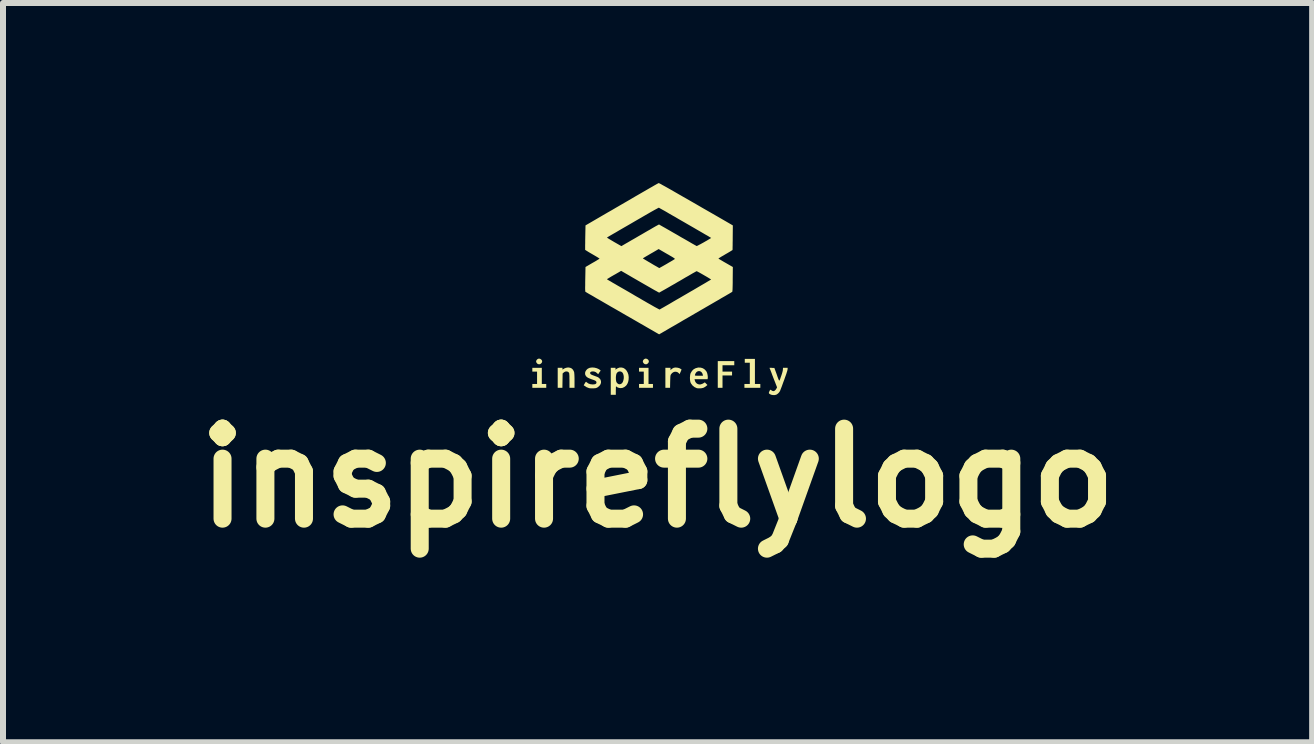
<source format=kicad_pcb>
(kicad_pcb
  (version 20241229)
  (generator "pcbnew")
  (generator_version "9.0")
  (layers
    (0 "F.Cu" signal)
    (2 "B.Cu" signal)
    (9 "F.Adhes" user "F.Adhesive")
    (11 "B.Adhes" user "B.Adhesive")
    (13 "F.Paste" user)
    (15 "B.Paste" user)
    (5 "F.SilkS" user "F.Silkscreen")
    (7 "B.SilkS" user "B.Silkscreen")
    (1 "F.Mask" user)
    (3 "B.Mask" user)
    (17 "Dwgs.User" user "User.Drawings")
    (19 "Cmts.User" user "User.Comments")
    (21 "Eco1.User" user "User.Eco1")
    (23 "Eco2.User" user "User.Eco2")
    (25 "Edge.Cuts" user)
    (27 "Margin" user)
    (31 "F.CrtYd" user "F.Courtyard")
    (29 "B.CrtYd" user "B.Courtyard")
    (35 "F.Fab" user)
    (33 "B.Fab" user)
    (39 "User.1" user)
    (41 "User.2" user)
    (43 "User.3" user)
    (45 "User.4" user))
  (footprint "inspireflylogo"
    (layer "F.Cu")
    (at 7.931 1.708)
    (property "Reference" "inspireflylogo" (at -0.023 3.206 0) (layer "F.SilkS") (effects (font (size 1.5 1.5) (thickness 0.3))))
    (attr board_only exclude_from_pos_files exclude_from_bom)
    (fp_poly (pts (xy -1.212 1.595) (xy -1.214 1.598) (xy -1.217 1.595) (xy -1.214 1.593)) (stroke (width 0) (type solid)) (fill yes) (layer "F.SilkS"))
    (fp_poly (pts (xy -1.978 1.222) (xy -1.961 1.234) (xy -1.95 1.25) (xy -1.947 1.265) (xy -1.952 1.283) (xy -1.965 1.299) (xy -1.983 1.31) (xy -1.998 1.312) (xy -2.015 1.309) (xy -2.031 1.299) (xy -2.032 1.297) (xy -2.045 1.279) (xy -2.048 1.265) (xy -2.043 1.246) (xy -2.03 1.23) (xy -2.013 1.22) (xy -1.998 1.217)) (stroke (width 0) (type solid)) (fill yes) (layer "F.SilkS"))
    (fp_poly (pts (xy -0.2 1.222) (xy -0.183 1.234) (xy -0.172 1.25) (xy -0.169 1.265) (xy -0.174 1.283) (xy -0.187 1.299) (xy -0.205 1.31) (xy -0.22 1.312) (xy -0.237 1.309) (xy -0.253 1.299) (xy -0.254 1.297) (xy -0.267 1.279) (xy -0.27 1.265) (xy -0.265 1.246) (xy -0.252 1.23) (xy -0.235 1.22) (xy -0.22 1.217)) (stroke (width 0) (type solid)) (fill yes) (layer "F.SilkS"))
    (fp_poly (pts (xy -1.953 1.505) (xy -1.953 1.64) (xy -1.916 1.64) (xy -1.879 1.64) (xy -1.879 1.672) (xy -1.879 1.704) (xy -1.995 1.704) (xy -2.111 1.704) (xy -2.111 1.672) (xy -2.111 1.64) (xy -2.072 1.64) (xy -2.032 1.64) (xy -2.032 1.537) (xy -2.032 1.434) (xy -2.072 1.434) (xy -2.111 1.434) (xy -2.111 1.402) (xy -2.111 1.371) (xy -2.032 1.371) (xy -1.953 1.371)) (stroke (width 0) (type solid)) (fill yes) (layer "F.SilkS"))
    (fp_poly (pts (xy -0.175 1.505) (xy -0.175 1.64) (xy -0.138 1.64) (xy -0.101 1.64) (xy -0.101 1.672) (xy -0.101 1.704) (xy -0.217 1.704) (xy -0.333 1.704) (xy -0.333 1.672) (xy -0.333 1.64) (xy -0.294 1.64) (xy -0.254 1.64) (xy -0.254 1.537) (xy -0.254 1.434) (xy -0.294 1.434) (xy -0.333 1.434) (xy -0.333 1.402) (xy -0.333 1.371) (xy -0.254 1.371) (xy -0.175 1.371)) (stroke (width 0) (type solid)) (fill yes) (layer "F.SilkS"))
    (fp_poly (pts (xy 1.254 1.294) (xy 1.254 1.328) (xy 1.156 1.328) (xy 1.058 1.328) (xy 1.058 1.381) (xy 1.058 1.434) (xy 1.138 1.434) (xy 1.217 1.434) (xy 1.217 1.466) (xy 1.217 1.498) (xy 1.138 1.498) (xy 1.058 1.498) (xy 1.058 1.601) (xy 1.058 1.704) (xy 1.019 1.704) (xy 0.979 1.704) (xy 0.979 1.482) (xy 0.979 1.259) (xy 1.117 1.259) (xy 1.254 1.259)) (stroke (width 0) (type solid)) (fill yes) (layer "F.SilkS"))
    (fp_poly (pts (xy 1.598 1.431) (xy 1.598 1.64) (xy 1.643 1.64) (xy 1.688 1.64) (xy 1.688 1.672) (xy 1.688 1.704) (xy 1.556 1.704) (xy 1.423 1.704) (xy 1.423 1.672) (xy 1.423 1.64) (xy 1.468 1.64) (xy 1.513 1.64) (xy 1.513 1.463) (xy 1.513 1.286) (xy 1.471 1.286) (xy 1.429 1.286) (xy 1.429 1.254) (xy 1.429 1.222) (xy 1.513 1.222) (xy 1.598 1.222)) (stroke (width 0) (type solid)) (fill yes) (layer "F.SilkS"))
    (fp_poly (pts (xy 0.304 1.368) (xy 0.334 1.375) (xy 0.352 1.383) (xy 0.365 1.392) (xy 0.374 1.398) (xy 0.376 1.4) (xy 0.374 1.405) (xy 0.368 1.418) (xy 0.361 1.436) (xy 0.359 1.44) (xy 0.342 1.477) (xy 0.33 1.461) (xy 0.311 1.445) (xy 0.288 1.437) (xy 0.263 1.436) (xy 0.239 1.444) (xy 0.217 1.459) (xy 0.199 1.481) (xy 0.197 1.484) (xy 0.194 1.491) (xy 0.191 1.502) (xy 0.189 1.518) (xy 0.188 1.539) (xy 0.187 1.568) (xy 0.186 1.602) (xy 0.184 1.704) (xy 0.145 1.704) (xy 0.106 1.704) (xy 0.106 1.537) (xy 0.106 1.371) (xy 0.148 1.371) (xy 0.191 1.371) (xy 0.191 1.39) (xy 0.191 1.409) (xy 0.209 1.393) (xy 0.225 1.381) (xy 0.243 1.372) (xy 0.246 1.37) (xy 0.273 1.366)) (stroke (width 0) (type solid)) (fill yes) (layer "F.SilkS"))
    (fp_poly (pts (xy -1.481 1.37) (xy -1.453 1.383) (xy -1.432 1.405) (xy -1.417 1.435) (xy -1.413 1.45) (xy -1.412 1.464) (xy -1.41 1.486) (xy -1.409 1.514) (xy -1.408 1.547) (xy -1.408 1.582) (xy -1.408 1.59) (xy -1.408 1.704) (xy -1.45 1.704) (xy -1.492 1.704) (xy -1.492 1.586) (xy -1.493 1.542) (xy -1.493 1.508) (xy -1.495 1.483) (xy -1.496 1.466) (xy -1.499 1.456) (xy -1.499 1.455) (xy -1.512 1.44) (xy -1.531 1.432) (xy -1.552 1.431) (xy -1.574 1.439) (xy -1.589 1.45) (xy -1.606 1.465) (xy -1.608 1.584) (xy -1.61 1.704) (xy -1.649 1.704) (xy -1.688 1.704) (xy -1.688 1.537) (xy -1.688 1.371) (xy -1.648 1.371) (xy -1.609 1.371) (xy -1.609 1.387) (xy -1.608 1.398) (xy -1.605 1.4) (xy -1.599 1.395) (xy -1.578 1.382) (xy -1.551 1.371) (xy -1.523 1.366) (xy -1.513 1.365)) (stroke (width 0) (type solid)) (fill yes) (layer "F.SilkS"))
    (fp_poly (pts (xy -0.594 1.373) (xy -0.565 1.391) (xy -0.541 1.417) (xy -0.523 1.449) (xy -0.51 1.486) (xy -0.505 1.527) (xy -0.507 1.569) (xy -0.507 1.57) (xy -0.514 1.604) (xy -0.524 1.63) (xy -0.537 1.653) (xy -0.549 1.668) (xy -0.577 1.691) (xy -0.608 1.705) (xy -0.639 1.709) (xy -0.663 1.706) (xy -0.686 1.699) (xy -0.705 1.689) (xy -0.714 1.679) (xy -0.716 1.678) (xy -0.718 1.686) (xy -0.719 1.703) (xy -0.719 1.729) (xy -0.72 1.745) (xy -0.72 1.82) (xy -0.762 1.82) (xy -0.804 1.82) (xy -0.804 1.595) (xy -0.804 1.531) (xy -0.719 1.531) (xy -0.718 1.569) (xy -0.713 1.599) (xy -0.702 1.621) (xy -0.686 1.635) (xy -0.686 1.636) (xy -0.669 1.644) (xy -0.654 1.645) (xy -0.636 1.64) (xy -0.632 1.638) (xy -0.616 1.626) (xy -0.603 1.606) (xy -0.594 1.58) (xy -0.588 1.551) (xy -0.587 1.521) (xy -0.591 1.492) (xy -0.599 1.467) (xy -0.611 1.448) (xy -0.63 1.435) (xy -0.651 1.43) (xy -0.673 1.434) (xy -0.692 1.445) (xy -0.707 1.464) (xy -0.707 1.465) (xy -0.714 1.486) (xy -0.718 1.517) (xy -0.719 1.531) (xy -0.804 1.531) (xy -0.804 1.371) (xy -0.765 1.371) (xy -0.725 1.371) (xy -0.725 1.387) (xy -0.725 1.404) (xy -0.713 1.393) (xy -0.686 1.376) (xy -0.655 1.366) (xy -0.623 1.366)) (stroke (width 0) (type solid)) (fill yes) (layer "F.SilkS"))
    (fp_poly (pts (xy 0.697 1.368) (xy 0.732 1.379) (xy 0.762 1.399) (xy 0.786 1.426) (xy 0.794 1.439) (xy 0.802 1.459) (xy 0.808 1.484) (xy 0.812 1.51) (xy 0.813 1.533) (xy 0.812 1.543) (xy 0.809 1.561) (xy 0.7 1.561) (xy 0.592 1.561) (xy 0.595 1.576) (xy 0.606 1.606) (xy 0.624 1.628) (xy 0.641 1.639) (xy 0.667 1.648) (xy 0.695 1.647) (xy 0.725 1.636) (xy 0.738 1.629) (xy 0.764 1.613) (xy 0.785 1.635) (xy 0.807 1.657) (xy 0.788 1.673) (xy 0.762 1.692) (xy 0.737 1.705) (xy 0.708 1.711) (xy 0.685 1.713) (xy 0.663 1.713) (xy 0.644 1.712) (xy 0.631 1.71) (xy 0.63 1.71) (xy 0.591 1.692) (xy 0.559 1.666) (xy 0.534 1.633) (xy 0.527 1.62) (xy 0.52 1.596) (xy 0.516 1.566) (xy 0.515 1.532) (xy 0.518 1.5) (xy 0.518 1.495) (xy 0.598 1.495) (xy 0.6 1.498) (xy 0.606 1.501) (xy 0.619 1.502) (xy 0.639 1.503) (xy 0.665 1.503) (xy 0.732 1.503) (xy 0.729 1.484) (xy 0.72 1.46) (xy 0.706 1.441) (xy 0.687 1.429) (xy 0.666 1.425) (xy 0.645 1.429) (xy 0.625 1.441) (xy 0.623 1.444) (xy 0.61 1.461) (xy 0.601 1.481) (xy 0.598 1.495) (xy 0.518 1.495) (xy 0.523 1.471) (xy 0.528 1.458) (xy 0.55 1.422) (xy 0.577 1.395) (xy 0.611 1.377) (xy 0.649 1.367) (xy 0.657 1.366)) (stroke (width 0) (type solid)) (fill yes) (layer "F.SilkS"))
    (fp_poly (pts (xy 2.143 1.385) (xy 2.142 1.398) (xy 2.138 1.416) (xy 2.133 1.434) (xy 2.128 1.449) (xy 2.121 1.472) (xy 2.111 1.5) (xy 2.099 1.533) (xy 2.087 1.568) (xy 2.073 1.605) (xy 2.06 1.641) (xy 2.048 1.675) (xy 2.036 1.706) (xy 2.026 1.731) (xy 2.019 1.75) (xy 2.015 1.76) (xy 2.014 1.76) (xy 2.001 1.78) (xy 1.983 1.799) (xy 1.963 1.814) (xy 1.954 1.818) (xy 1.929 1.825) (xy 1.9 1.825) (xy 1.872 1.82) (xy 1.859 1.815) (xy 1.841 1.805) (xy 1.832 1.796) (xy 1.83 1.786) (xy 1.835 1.771) (xy 1.839 1.763) (xy 1.846 1.748) (xy 1.852 1.738) (xy 1.855 1.736) (xy 1.861 1.738) (xy 1.872 1.745) (xy 1.873 1.746) (xy 1.892 1.757) (xy 1.909 1.76) (xy 1.924 1.754) (xy 1.931 1.749) (xy 1.945 1.734) (xy 1.956 1.717) (xy 1.957 1.715) (xy 1.967 1.696) (xy 1.904 1.535) (xy 1.889 1.496) (xy 1.876 1.46) (xy 1.864 1.429) (xy 1.854 1.403) (xy 1.846 1.385) (xy 1.842 1.374) (xy 1.842 1.372) (xy 1.846 1.371) (xy 1.859 1.371) (xy 1.878 1.371) (xy 1.882 1.372) (xy 1.922 1.373) (xy 1.963 1.485) (xy 1.976 1.524) (xy 1.987 1.553) (xy 1.995 1.572) (xy 2.001 1.582) (xy 2.007 1.582) (xy 2.012 1.574) (xy 2.019 1.556) (xy 2.028 1.529) (xy 2.04 1.495) (xy 2.05 1.464) (xy 2.058 1.435) (xy 2.063 1.412) (xy 2.064 1.398) (xy 2.066 1.371) (xy 2.104 1.371) (xy 2.143 1.371)) (stroke (width 0) (type solid)) (fill yes) (layer "F.SilkS"))
    (fp_poly (pts (xy -1.075 1.368) (xy -1.036 1.378) (xy -1.001 1.394) (xy -0.987 1.404) (xy -0.972 1.417) (xy -0.991 1.443) (xy -1.001 1.458) (xy -1.009 1.47) (xy -1.011 1.476) (xy -1.014 1.476) (xy -1.022 1.47) (xy -1.031 1.461) (xy -1.055 1.442) (xy -1.083 1.432) (xy -1.112 1.431) (xy -1.116 1.431) (xy -1.135 1.437) (xy -1.146 1.446) (xy -1.148 1.457) (xy -1.146 1.467) (xy -1.139 1.476) (xy -1.126 1.485) (xy -1.105 1.494) (xy -1.075 1.505) (xy -1.073 1.506) (xy -1.042 1.517) (xy -1.02 1.526) (xy -1.004 1.536) (xy -0.994 1.545) (xy -0.975 1.568) (xy -0.967 1.594) (xy -0.967 1.621) (xy -0.976 1.647) (xy -0.994 1.672) (xy -1.02 1.694) (xy -1.025 1.697) (xy -1.039 1.704) (xy -1.052 1.709) (xy -1.069 1.711) (xy -1.092 1.713) (xy -1.098 1.713) (xy -1.122 1.713) (xy -1.145 1.712) (xy -1.162 1.71) (xy -1.166 1.709) (xy -1.206 1.694) (xy -1.237 1.674) (xy -1.255 1.661) (xy -1.24 1.636) (xy -1.23 1.618) (xy -1.222 1.608) (xy -1.217 1.605) (xy -1.211 1.608) (xy -1.205 1.612) (xy -1.177 1.632) (xy -1.143 1.644) (xy -1.105 1.648) (xy -1.077 1.646) (xy -1.058 1.641) (xy -1.046 1.631) (xy -1.042 1.617) (xy -1.042 1.615) (xy -1.044 1.604) (xy -1.05 1.594) (xy -1.062 1.585) (xy -1.082 1.576) (xy -1.11 1.566) (xy -1.117 1.564) (xy -1.151 1.551) (xy -1.177 1.54) (xy -1.196 1.529) (xy -1.21 1.517) (xy -1.221 1.503) (xy -1.231 1.48) (xy -1.232 1.454) (xy -1.225 1.43) (xy -1.21 1.407) (xy -1.189 1.387) (xy -1.161 1.373) (xy -1.151 1.37) (xy -1.114 1.365)) (stroke (width 0) (type solid)) (fill yes) (layer "F.SilkS"))
    (fp_poly (pts (xy -0.002 -1.707) (xy 0.005 -1.703) (xy 0.018 -1.697) (xy 0.035 -1.688) (xy 0.057 -1.675) (xy 0.085 -1.66) (xy 0.119 -1.641) (xy 0.158 -1.619) (xy 0.204 -1.593) (xy 0.256 -1.563) (xy 0.315 -1.529) (xy 0.381 -1.491) (xy 0.455 -1.449) (xy 0.535 -1.403) (xy 0.624 -1.352) (xy 0.72 -1.296) (xy 0.825 -1.236) (xy 0.938 -1.171) (xy 1.061 -1.1) (xy 1.101 -1.077) (xy 1.23 -1.002) (xy 1.228 -0.799) (xy 1.228 -0.753) (xy 1.227 -0.711) (xy 1.227 -0.674) (xy 1.226 -0.642) (xy 1.226 -0.617) (xy 1.225 -0.6) (xy 1.225 -0.593) (xy 1.225 -0.592) (xy 1.22 -0.589) (xy 1.207 -0.581) (xy 1.188 -0.569) (xy 1.163 -0.554) (xy 1.134 -0.537) (xy 1.106 -0.521) (xy 1.075 -0.502) (xy 1.046 -0.486) (xy 1.022 -0.471) (xy 1.004 -0.46) (xy 0.993 -0.453) (xy 0.99 -0.45) (xy 0.994 -0.447) (xy 1.006 -0.439) (xy 1.026 -0.427) (xy 1.05 -0.413) (xy 1.08 -0.395) (xy 1.11 -0.378) (xy 1.23 -0.309) (xy 1.228 -0.105) (xy 1.228 -0.047) (xy 1.227 0.001) (xy 1.226 0.039) (xy 1.225 0.068) (xy 1.223 0.089) (xy 1.222 0.1) (xy 1.22 0.104) (xy 1.214 0.108) (xy 1.2 0.117) (xy 1.18 0.129) (xy 1.156 0.143) (xy 1.128 0.159) (xy 1.127 0.16) (xy 1.105 0.173) (xy 1.075 0.19) (xy 1.038 0.211) (xy 0.997 0.236) (xy 0.951 0.262) (xy 0.903 0.29) (xy 0.853 0.319) (xy 0.803 0.348) (xy 0.799 0.35) (xy 0.743 0.383) (xy 0.68 0.419) (xy 0.613 0.458) (xy 0.543 0.499) (xy 0.474 0.539) (xy 0.406 0.578) (xy 0.344 0.615) (xy 0.304 0.638) (xy 0.256 0.666) (xy 0.21 0.692) (xy 0.167 0.717) (xy 0.128 0.74) (xy 0.094 0.76) (xy 0.066 0.776) (xy 0.044 0.789) (xy 0.03 0.797) (xy 0.026 0.799) (xy 0.002 0.813) (xy -0.215 0.688) (xy -0.254 0.665) (xy -0.302 0.638) (xy -0.357 0.606) (xy -0.416 0.572) (xy -0.48 0.535) (xy -0.547 0.497) (xy -0.616 0.457) (xy -0.685 0.417) (xy -0.753 0.378) (xy -0.82 0.34) (xy -0.826 0.336) (xy -0.885 0.302) (xy -0.942 0.269) (xy -0.995 0.238) (xy -1.045 0.21) (xy -1.09 0.183) (xy -1.13 0.16) (xy -1.164 0.141) (xy -1.191 0.125) (xy -1.211 0.113) (xy -1.223 0.106) (xy -1.226 0.104) (xy -1.228 0.1) (xy -1.229 0.091) (xy -1.23 0.077) (xy -1.231 0.056) (xy -1.231 0.028) (xy -1.23 -0.008) (xy -1.23 -0.054) (xy -1.229 -0.106) (xy -0.868 -0.106) (xy -0.863 -0.102) (xy -0.851 -0.094) (xy -0.831 -0.082) (xy -0.804 -0.067) (xy -0.773 -0.048) (xy -0.736 -0.027) (xy -0.697 -0.004) (xy -0.671 0.011) (xy -0.624 0.038) (xy -0.57 0.069) (xy -0.511 0.103) (xy -0.449 0.139) (xy -0.387 0.176) (xy -0.325 0.211) (xy -0.268 0.245) (xy -0.236 0.263) (xy -0.19 0.29) (xy -0.147 0.314) (xy -0.107 0.337) (xy -0.072 0.357) (xy -0.042 0.373) (xy -0.018 0.386) (xy -0.001 0.395) (xy 0.008 0.399) (xy 0.009 0.4) (xy 0.015 0.397) (xy 0.028 0.389) (xy 0.049 0.377) (xy 0.076 0.362) (xy 0.107 0.344) (xy 0.142 0.324) (xy 0.168 0.309) (xy 0.202 0.289) (xy 0.244 0.264) (xy 0.292 0.236) (xy 0.345 0.206) (xy 0.401 0.173) (xy 0.458 0.14) (xy 0.516 0.106) (xy 0.572 0.074) (xy 0.594 0.061) (xy 0.643 0.032) (xy 0.689 0.005) (xy 0.732 -0.02) (xy 0.77 -0.042) (xy 0.803 -0.062) (xy 0.83 -0.078) (xy 0.851 -0.09) (xy 0.863 -0.098) (xy 0.868 -0.101) (xy 0.863 -0.104) (xy 0.851 -0.112) (xy 0.833 -0.123) (xy 0.81 -0.137) (xy 0.783 -0.153) (xy 0.755 -0.169) (xy 0.726 -0.186) (xy 0.698 -0.202) (xy 0.673 -0.216) (xy 0.652 -0.227) (xy 0.637 -0.235) (xy 0.628 -0.239) (xy 0.627 -0.24) (xy 0.622 -0.237) (xy 0.608 -0.23) (xy 0.587 -0.218) (xy 0.558 -0.202) (xy 0.524 -0.182) (xy 0.485 -0.159) (xy 0.44 -0.134) (xy 0.393 -0.106) (xy 0.342 -0.076) (xy 0.315 -0.061) (xy 0.263 -0.03) (xy 0.213 -0.002) (xy 0.167 0.025) (xy 0.125 0.049) (xy 0.088 0.07) (xy 0.056 0.088) (xy 0.031 0.102) (xy 0.014 0.112) (xy 0.004 0.117) (xy 0.002 0.118) (xy -0.004 0.115) (xy -0.018 0.108) (xy -0.04 0.095) (xy -0.07 0.079) (xy -0.107 0.058) (xy -0.15 0.033) (xy -0.199 0.005) (xy -0.253 -0.026) (xy -0.312 -0.06) (xy -0.376 -0.097) (xy -0.442 -0.135) (xy -0.512 -0.176) (xy -0.512 -0.176) (xy -0.631 -0.245) (xy -0.648 -0.235) (xy -0.658 -0.229) (xy -0.675 -0.219) (xy -0.698 -0.206) (xy -0.725 -0.19) (xy -0.756 -0.173) (xy -0.766 -0.167) (xy -0.796 -0.15) (xy -0.822 -0.134) (xy -0.843 -0.121) (xy -0.859 -0.112) (xy -0.867 -0.106) (xy -0.868 -0.106) (xy -1.229 -0.106) (xy -1.229 -0.106) (xy -1.225 -0.309) (xy -1.109 -0.377) (xy -1.077 -0.395) (xy -1.048 -0.412) (xy -1.024 -0.427) (xy -1.006 -0.438) (xy -0.994 -0.446) (xy -0.991 -0.448) (xy -0.995 -0.452) (xy -0.268 -0.452) (xy -0.267 -0.451) (xy -0.267 -0.451) (xy -0.262 -0.447) (xy -0.249 -0.44) (xy -0.23 -0.428) (xy -0.206 -0.414) (xy -0.178 -0.397) (xy -0.148 -0.38) (xy -0.118 -0.362) (xy -0.088 -0.344) (xy -0.06 -0.328) (xy -0.035 -0.314) (xy -0.015 -0.302) (xy -0.002 -0.295) (xy 0.004 -0.291) (xy 0.005 -0.291) (xy 0.01 -0.294) (xy 0.022 -0.301) (xy 0.042 -0.312) (xy 0.067 -0.326) (xy 0.097 -0.343) (xy 0.13 -0.362) (xy 0.132 -0.363) (xy 0.165 -0.383) (xy 0.195 -0.4) (xy 0.222 -0.416) (xy 0.243 -0.429) (xy 0.257 -0.438) (xy 0.264 -0.442) (xy 0.264 -0.442) (xy 0.264 -0.445) (xy 0.261 -0.449) (xy 0.252 -0.456) (xy 0.238 -0.466) (xy 0.217 -0.479) (xy 0.189 -0.495) (xy 0.152 -0.517) (xy 0.132 -0.528) (xy -0.006 -0.608) (xy -0.102 -0.552) (xy -0.146 -0.527) (xy -0.181 -0.506) (xy -0.209 -0.49) (xy -0.231 -0.477) (xy -0.246 -0.468) (xy -0.257 -0.461) (xy -0.263 -0.457) (xy -0.267 -0.454) (xy -0.268 -0.452) (xy -0.995 -0.452) (xy -0.995 -0.452) (xy -1.007 -0.46) (xy -1.026 -0.472) (xy -1.051 -0.487) (xy -1.08 -0.504) (xy -1.109 -0.521) (xy -1.142 -0.54) (xy -1.171 -0.557) (xy -1.195 -0.572) (xy -1.214 -0.584) (xy -1.227 -0.592) (xy -1.231 -0.595) (xy -1.231 -0.601) (xy -1.231 -0.617) (xy -1.231 -0.641) (xy -1.231 -0.672) (xy -1.23 -0.709) (xy -1.23 -0.75) (xy -1.229 -0.795) (xy -1.229 -0.799) (xy -0.868 -0.799) (xy -0.863 -0.795) (xy -0.851 -0.788) (xy -0.832 -0.776) (xy -0.807 -0.761) (xy -0.778 -0.744) (xy -0.748 -0.726) (xy -0.627 -0.657) (xy -0.603 -0.671) (xy -0.593 -0.677) (xy -0.574 -0.688) (xy -0.55 -0.702) (xy -0.52 -0.719) (xy -0.486 -0.739) (xy -0.45 -0.76) (xy -0.437 -0.767) (xy -0.392 -0.793) (xy -0.341 -0.823) (xy -0.287 -0.854) (xy -0.234 -0.885) (xy -0.184 -0.914) (xy -0.148 -0.934) (xy -0.113 -0.955) (xy -0.08 -0.974) (xy -0.052 -0.99) (xy -0.028 -1.003) (xy -0.011 -1.012) (xy -0.002 -1.017) (xy 0.000012 -1.018) (xy 0.005 -1.015) (xy 0.018 -1.007) (xy 0.039 -0.995) (xy 0.067 -0.979) (xy 0.101 -0.96) (xy 0.141 -0.937) (xy 0.185 -0.912) (xy 0.233 -0.884) (xy 0.284 -0.855) (xy 0.312 -0.839) (xy 0.364 -0.808) (xy 0.414 -0.78) (xy 0.461 -0.753) (xy 0.503 -0.729) (xy 0.54 -0.707) (xy 0.572 -0.689) (xy 0.597 -0.675) (xy 0.615 -0.665) (xy 0.625 -0.659) (xy 0.627 -0.658) (xy 0.633 -0.66) (xy 0.646 -0.666) (xy 0.666 -0.677) (xy 0.69 -0.689) (xy 0.717 -0.704) (xy 0.746 -0.72) (xy 0.775 -0.737) (xy 0.802 -0.752) (xy 0.826 -0.767) (xy 0.846 -0.779) (xy 0.861 -0.788) (xy 0.867 -0.793) (xy 0.868 -0.794) (xy 0.863 -0.797) (xy 0.85 -0.804) (xy 0.83 -0.817) (xy 0.803 -0.833) (xy 0.769 -0.852) (xy 0.73 -0.875) (xy 0.687 -0.9) (xy 0.64 -0.927) (xy 0.589 -0.957) (xy 0.537 -0.987) (xy 0.483 -1.018) (xy 0.428 -1.05) (xy 0.374 -1.081) (xy 0.32 -1.112) (xy 0.268 -1.143) (xy 0.218 -1.171) (xy 0.171 -1.198) (xy 0.129 -1.223) (xy 0.091 -1.245) (xy 0.058 -1.263) (xy 0.031 -1.278) (xy 0.012 -1.289) (xy 0.000127 -1.296) (xy -0.003 -1.297) (xy -0.009 -1.295) (xy -0.022 -1.288) (xy -0.044 -1.276) (xy -0.072 -1.261) (xy -0.106 -1.242) (xy -0.145 -1.22) (xy -0.188 -1.195) (xy -0.235 -1.168) (xy -0.285 -1.139) (xy -0.286 -1.138) (xy -0.342 -1.106) (xy -0.399 -1.073) (xy -0.457 -1.039) (xy -0.514 -1.006) (xy -0.568 -0.975) (xy -0.618 -0.946) (xy -0.663 -0.92) (xy -0.7 -0.898) (xy -0.715 -0.889) (xy -0.752 -0.868) (xy -0.785 -0.849) (xy -0.814 -0.832) (xy -0.838 -0.818) (xy -0.855 -0.807) (xy -0.865 -0.8) (xy -0.868 -0.799) (xy -1.229 -0.799) (xy -1.229 -0.802) (xy -1.225 -1.002) (xy -0.849 -1.221) (xy -0.784 -1.258) (xy -0.716 -1.298) (xy -0.647 -1.338) (xy -0.578 -1.378) (xy -0.509 -1.418) (xy -0.444 -1.456) (xy -0.383 -1.492) (xy -0.327 -1.524) (xy -0.277 -1.553) (xy -0.244 -1.572) (xy -0.199 -1.598) (xy -0.156 -1.623) (xy -0.117 -1.645) (xy -0.083 -1.665) (xy -0.053 -1.682) (xy -0.03 -1.695) (xy -0.014 -1.703) (xy -0.006 -1.707) (xy -0.006 -1.708)) (stroke (width 0) (type solid)) (fill yes) (layer "F.SilkS")))
  (gr_rect
    (start -3 -3)
    (end 18.814 9.318)
    (stroke (width 0.1) (type default))
    (fill no)
    (layer "Edge.Cuts")))
</source>
